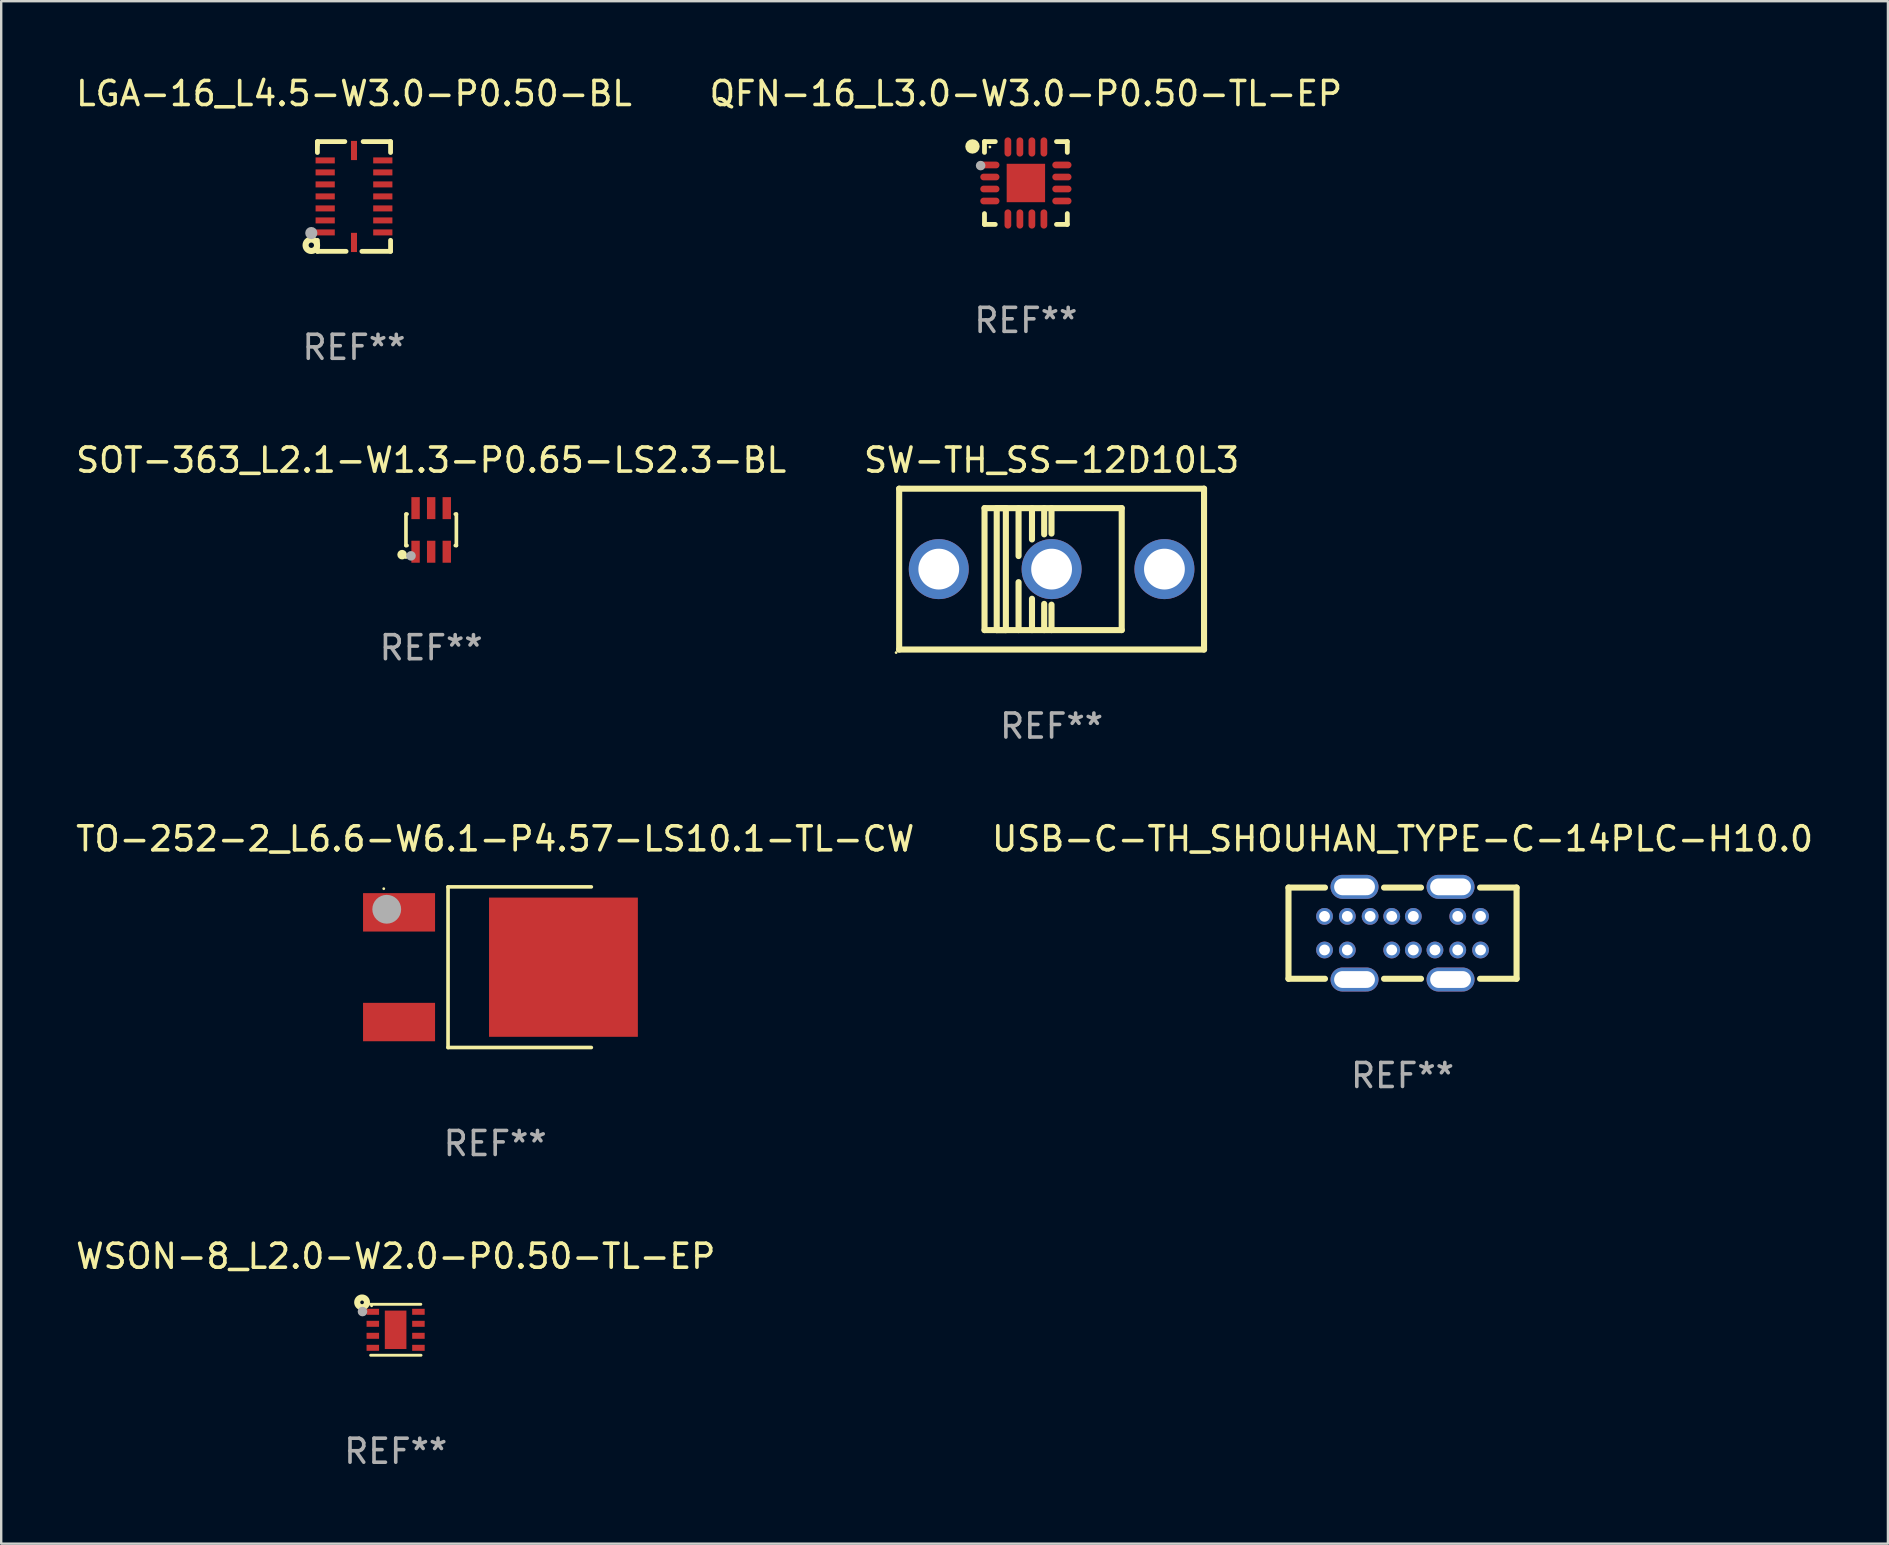
<source format=kicad_pcb>
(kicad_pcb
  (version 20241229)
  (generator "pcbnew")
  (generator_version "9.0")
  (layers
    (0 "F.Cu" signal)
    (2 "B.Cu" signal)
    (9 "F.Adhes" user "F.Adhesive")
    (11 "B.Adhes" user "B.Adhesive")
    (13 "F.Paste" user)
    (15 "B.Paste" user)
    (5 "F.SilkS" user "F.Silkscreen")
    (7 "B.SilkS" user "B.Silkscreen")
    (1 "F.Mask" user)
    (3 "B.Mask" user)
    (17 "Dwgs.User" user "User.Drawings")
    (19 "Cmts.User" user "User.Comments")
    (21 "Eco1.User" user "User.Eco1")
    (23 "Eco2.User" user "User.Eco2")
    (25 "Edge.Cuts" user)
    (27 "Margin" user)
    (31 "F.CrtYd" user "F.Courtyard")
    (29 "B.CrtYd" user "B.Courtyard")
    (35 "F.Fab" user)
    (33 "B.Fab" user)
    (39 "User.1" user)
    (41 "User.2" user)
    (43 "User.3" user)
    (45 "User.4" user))
  (footprint "QFN-16_L3.0-W3.0-P0.50-TL-EP"
    (layer "F.Cu")
    (at 39.685 4.573)
    (property "Reference" "QFN-16_L3.0-W3.0-P0.50-TL-EP" (at 0 -3.725 0) (layer "F.SilkS") (effects (font (size 1 1) (thickness 0.15))))
    (attr through_hole)
    (fp_line (start -1.725 -1.725) (end -1.275 -1.725) (stroke (width 0.2) (type solid)) (layer "F.SilkS"))
    (fp_line (start -1.725 -1.275) (end -1.725 -1.725) (stroke (width 0.2) (type solid)) (layer "F.SilkS"))
    (fp_line (start -1.725 1.725) (end -1.725 1.275) (stroke (width 0.2) (type solid)) (layer "F.SilkS"))
    (fp_line (start -1.275 1.725) (end -1.725 1.725) (stroke (width 0.2) (type solid)) (layer "F.SilkS"))
    (fp_line (start 1.275 -1.725) (end 1.725 -1.725) (stroke (width 0.2) (type solid)) (layer "F.SilkS"))
    (fp_line (start 1.275 1.725) (end 1.725 1.725) (stroke (width 0.2) (type solid)) (layer "F.SilkS"))
    (fp_line (start 1.725 -1.725) (end 1.725 -1.275) (stroke (width 0.2) (type solid)) (layer "F.SilkS"))
    (fp_line (start 1.725 1.725) (end 1.725 1.275) (stroke (width 0.2) (type solid)) (layer "F.SilkS"))
    (fp_arc (start -2.075184 -1.521412) (mid -2.375203 -1.522892) (end -2.075181 -1.523533) (stroke (width 0.3) (type solid)) (layer "F.SilkS"))
    (fp_circle (center -1.499 -1.5) (end -1.469 -1.5) (stroke (width 0.06) (type solid)) (fill no) (layer "F.SilkS"))
    (fp_circle (center -1.885 -0.725) (end -1.785 -0.725) (stroke (width 0.2) (type solid)) (fill no) (layer "F.Fab"))
    (fp_text user "REF**" (at 0 5.725 0) (layer "F.Fab") (effects (font (size 1 1) (thickness 0.15))))
    (pad "1" smd oval (at -1.5 -0.75 90) (size 0.28 0.8) (layers "F.Cu" "F.Mask" "F.Paste"))
    (pad "2" smd oval (at -1.5 -0.25 90) (size 0.28 0.8) (layers "F.Cu" "F.Mask" "F.Paste"))
    (pad "3" smd oval (at -1.5 0.25 90) (size 0.28 0.8) (layers "F.Cu" "F.Mask" "F.Paste"))
    (pad "4" smd oval (at -1.5 0.75 90) (size 0.28 0.8) (layers "F.Cu" "F.Mask" "F.Paste"))
    (pad "5" smd oval (at -0.75 1.5) (size 0.28 0.8) (layers "F.Cu" "F.Mask" "F.Paste"))
    (pad "6" smd oval (at -0.25 1.5) (size 0.28 0.8) (layers "F.Cu" "F.Mask" "F.Paste"))
    (pad "7" smd oval (at 0.25 1.5) (size 0.28 0.8) (layers "F.Cu" "F.Mask" "F.Paste"))
    (pad "8" smd oval (at 0.75 1.5) (size 0.28 0.8) (layers "F.Cu" "F.Mask" "F.Paste"))
    (pad "9" smd oval (at 1.5 0.75 90) (size 0.28 0.8) (layers "F.Cu" "F.Mask" "F.Paste"))
    (pad "10" smd oval (at 1.5 0.25 90) (size 0.28 0.8) (layers "F.Cu" "F.Mask" "F.Paste"))
    (pad "11" smd oval (at 1.5 -0.25 90) (size 0.28 0.8) (layers "F.Cu" "F.Mask" "F.Paste"))
    (pad "12" smd oval (at 1.5 -0.75 90) (size 0.28 0.8) (layers "F.Cu" "F.Mask" "F.Paste"))
    (pad "13" smd oval (at 0.75 -1.5) (size 0.28 0.8) (layers "F.Cu" "F.Mask" "F.Paste"))
    (pad "14" smd oval (at 0.25 -1.5) (size 0.28 0.8) (layers "F.Cu" "F.Mask" "F.Paste"))
    (pad "15" smd oval (at -0.25 -1.5) (size 0.28 0.8) (layers "F.Cu" "F.Mask" "F.Paste"))
    (pad "16" smd oval (at -0.75 -1.5) (size 0.28 0.8) (layers "F.Cu" "F.Mask" "F.Paste"))
    (pad "17" smd rect (at 0 0) (size 1.6 1.6) (layers "F.Cu" "F.Mask" "F.Paste")))
  (footprint "LGA-16_L4.5-W3.0-P0.50-BL"
    (layer "F.Cu")
    (at 11.696 5.134)
    (property "Reference" "LGA-16_L4.5-W3.0-P0.50-BL" (at 0 -4.286 0) (layer "F.SilkS") (effects (font (size 1 1) (thickness 0.15))))
    (attr through_hole)
    (fp_line (start -1.524 -2.286) (end -0.381 -2.286) (stroke (width 0.2) (type solid)) (layer "F.SilkS"))
    (fp_line (start -1.524 -2.159) (end -1.524 -2.286) (stroke (width 0.2) (type solid)) (layer "F.SilkS"))
    (fp_line (start -1.524 -1.831) (end -1.524 -2.159) (stroke (width 0.2) (type solid)) (layer "F.SilkS"))
    (fp_line (start -1.524 2.286) (end -1.524 1.827) (stroke (width 0.2) (type solid)) (layer "F.SilkS"))
    (fp_line (start -0.329 2.286) (end -1.524 2.286) (stroke (width 0.2) (type solid)) (layer "F.SilkS"))
    (fp_line (start 0.381 -2.286) (end 1.524 -2.286) (stroke (width 0.2) (type solid)) (layer "F.SilkS"))
    (fp_line (start 1.524 -2.286) (end 1.524 -1.831) (stroke (width 0.2) (type solid)) (layer "F.SilkS"))
    (fp_line (start 1.524 1.827) (end 1.524 2.286) (stroke (width 0.2) (type solid)) (layer "F.SilkS"))
    (fp_line (start 1.524 2.286) (end 0.329 2.286) (stroke (width 0.2) (type solid)) (layer "F.SilkS"))
    (fp_circle (center -1.778 2.032) (end -1.666 2.032) (stroke (width 0.254) (type solid)) (fill no) (layer "F.SilkS"))
    (fp_circle (center -1.5 2.25) (end -1.47 2.25) (stroke (width 0.06) (type solid)) (fill no) (layer "F.SilkS"))
    (fp_circle (center -1.778 1.524) (end -1.651 1.524) (stroke (width 0.254) (type solid)) (fill no) (layer "F.Fab"))
    (fp_text user "REF**" (at 0 6.286 0) (layer "F.Fab") (effects (font (size 1 1) (thickness 0.15))))
    (pad "1" smd rect (at -1.2 1.498 90) (size 0.25 0.8) (layers "F.Cu" "F.Mask" "F.Paste"))
    (pad "2" smd rect (at -1.2 0.998 90) (size 0.25 0.8) (layers "F.Cu" "F.Mask" "F.Paste"))
    (pad "3" smd rect (at -1.2 0.498 90) (size 0.25 0.8) (layers "F.Cu" "F.Mask" "F.Paste"))
    (pad "4" smd rect (at -1.2 -0.002 90) (size 0.25 0.8) (layers "F.Cu" "F.Mask" "F.Paste"))
    (pad "5" smd rect (at -1.2 -0.502 90) (size 0.25 0.8) (layers "F.Cu" "F.Mask" "F.Paste"))
    (pad "6" smd rect (at -1.2 -1.002 90) (size 0.25 0.8) (layers "F.Cu" "F.Mask" "F.Paste"))
    (pad "7" smd rect (at -1.2 -1.502 90) (size 0.25 0.8) (layers "F.Cu" "F.Mask" "F.Paste"))
    (pad "8" smd rect (at 0 -1.915 180) (size 0.25 0.8) (layers "F.Cu" "F.Mask" "F.Paste"))
    (pad "9" smd rect (at 1.2 -1.502 270) (size 0.25 0.8) (layers "F.Cu" "F.Mask" "F.Paste"))
    (pad "10" smd rect (at 1.2 -1.002 270) (size 0.25 0.8) (layers "F.Cu" "F.Mask" "F.Paste"))
    (pad "11" smd rect (at 1.2 -0.502 270) (size 0.25 0.8) (layers "F.Cu" "F.Mask" "F.Paste"))
    (pad "12" smd rect (at 1.2 -0.002 270) (size 0.25 0.8) (layers "F.Cu" "F.Mask" "F.Paste"))
    (pad "13" smd rect (at 1.2 0.498 270) (size 0.25 0.8) (layers "F.Cu" "F.Mask" "F.Paste"))
    (pad "14" smd rect (at 1.2 0.998 270) (size 0.25 0.8) (layers "F.Cu" "F.Mask" "F.Paste"))
    (pad "15" smd rect (at 1.2 1.498 270) (size 0.25 0.8) (layers "F.Cu" "F.Mask" "F.Paste"))
    (pad "16" smd rect (at 0 1.915) (size 0.25 0.8) (layers "F.Cu" "F.Mask" "F.Paste")))
  (footprint "TO-252-2_L6.6-W6.1-P4.57-LS10.1-TL-CW"
    (layer "F.Cu")
    (at 16.997 37.24)
    (property "Reference" "TO-252-2_L6.6-W6.1-P4.57-LS10.1-TL-CW" (at 0.581 -5.346 0) (layer "F.SilkS") (effects (font (size 1 1) (thickness 0.15))))
    (attr through_hole)
    (fp_line (start -1.383 -3.346) (end -1.383 3.346) (stroke (width 0.152) (type solid)) (layer "F.SilkS"))
    (fp_line (start 4.585 -3.346) (end -1.383 -3.346) (stroke (width 0.152) (type solid)) (layer "F.SilkS"))
    (fp_line (start 4.585 3.346) (end -1.383 3.346) (stroke (width 0.152) (type solid)) (layer "F.SilkS"))
    (fp_circle (center -4.061 -3.27) (end -4.031 -3.27) (stroke (width 0.06) (type solid)) (fill no) (layer "F.SilkS"))
    (fp_circle (center -3.937 -2.413) (end -3.637 -2.413) (stroke (width 0.6) (type solid)) (fill no) (layer "F.Fab"))
    (fp_text user "REF**" (at 0.581 7.346 0) (layer "F.Fab") (effects (font (size 1 1) (thickness 0.15))))
    (pad "1" smd rect (at -3.424 -2.285 180) (size 3 1.6) (layers "F.Cu" "F.Mask" "F.Paste"))
    (pad "2" smd rect (at 3.424 0 180) (size 6.2 5.8) (layers "F.Cu" "F.Mask" "F.Paste"))
    (pad "3" smd rect (at -3.424 2.285 180) (size 3 1.6) (layers "F.Cu" "F.Mask" "F.Paste")))
  (footprint "WSON-8_L2.0-W2.0-P0.50-TL-EP"
    (layer "F.Cu")
    (at 13.43 52.345)
    (property "Reference" "WSON-8_L2.0-W2.0-P0.50-TL-EP" (at 0.005 -3.063 0) (layer "F.SilkS") (effects (font (size 1 1) (thickness 0.15))))
    (attr through_hole)
    (fp_line (start -1.04 1.06) (end 1.059 1.06) (stroke (width 0.12) (type solid)) (layer "F.SilkS"))
    (fp_line (start 1.05 -1.063) (end -1.05 -1.063) (stroke (width 0.12) (type solid)) (layer "F.SilkS"))
    (fp_circle (center -1.397 -1.143) (end -1.321 -1.143) (stroke (width 0.254) (type solid)) (fill no) (layer "F.SilkS"))
    (fp_circle (center -1 -1) (end -0.97 -1) (stroke (width 0.06) (type solid)) (fill no) (layer "F.SilkS"))
    (fp_circle (center -1.38 -0.76) (end -1.28 -0.76) (stroke (width 0.2) (type solid)) (fill no) (layer "F.Fab"))
    (fp_text user "REF**" (at 0.005 5.06 0) (layer "F.Fab") (effects (font (size 1 1) (thickness 0.15))))
    (pad "1" smd rect (at -0.95 -0.75) (size 0.521 0.25) (layers "F.Cu" "F.Mask" "F.Paste"))
    (pad "2" smd rect (at -0.95 -0.25) (size 0.521 0.25) (layers "F.Cu" "F.Mask" "F.Paste"))
    (pad "3" smd rect (at -0.95 0.25) (size 0.521 0.25) (layers "F.Cu" "F.Mask" "F.Paste"))
    (pad "4" smd rect (at -0.95 0.75) (size 0.521 0.25) (layers "F.Cu" "F.Mask" "F.Paste"))
    (pad "5" smd rect (at 0.95 0.75) (size 0.521 0.25) (layers "F.Cu" "F.Mask" "F.Paste"))
    (pad "6" smd rect (at 0.95 0.25) (size 0.521 0.25) (layers "F.Cu" "F.Mask" "F.Paste"))
    (pad "7" smd rect (at 0.95 -0.25) (size 0.521 0.25) (layers "F.Cu" "F.Mask" "F.Paste"))
    (pad "8" smd rect (at 0.95 -0.75) (size 0.521 0.25) (layers "F.Cu" "F.Mask" "F.Paste"))
    (pad "9" smd rect (at 0 0) (size 0.9 1.6) (layers "F.Cu" "F.Mask" "F.Paste")))
  (footprint "USB-C-TH_SHOUHAN_TYPE-C-14PLC-H10.0"
    (layer "F.Cu")
    (at 55.375 35.823)
    (property "Reference" "USB-C-TH_SHOUHAN_TYPE-C-14PLC-H10.0" (at -0.000483 -3.93 0) (layer "F.SilkS") (effects (font (size 1 1) (thickness 0.15))))
    (attr through_hole)
    (fp_line (start -4.751 -1.9) (end -3.231 -1.9) (stroke (width 0.254) (type solid)) (layer "F.SilkS"))
    (fp_line (start -4.751 1.899) (end -4.751 -1.9) (stroke (width 0.254) (type solid)) (layer "F.SilkS"))
    (fp_line (start -4.751 1.899) (end -3.231 1.899) (stroke (width 0.254) (type solid)) (layer "F.SilkS"))
    (fp_line (start -0.77 1.899) (end 0.769 1.899) (stroke (width 0.254) (type solid)) (layer "F.SilkS"))
    (fp_line (start -0.77 -1.9) (end 0.769 -1.9) (stroke (width 0.254) (type solid)) (layer "F.SilkS"))
    (fp_line (start 3.23 1.899) (end 4.75 1.899) (stroke (width 0.254) (type solid)) (layer "F.SilkS"))
    (fp_line (start 3.23 -1.9) (end 4.75 -1.9) (stroke (width 0.254) (type solid)) (layer "F.SilkS"))
    (fp_line (start 4.75 -1.9) (end 4.75 1.9) (stroke (width 0.254) (type solid)) (layer "F.SilkS"))
    (fp_text user "REF**" (at -0.000483 5.93 0) (layer "F.Fab") (effects (font (size 1 1) (thickness 0.15))))
    (pad "0" thru_hole oval (at -2 -1.93 90) (size 1 2) (drill oval 0.7 1.7) (layers "*.Cu" "*.Mask"))
    (pad "0" thru_hole oval (at -2 1.93 90) (size 1 2) (drill oval 0.7 1.7) (layers "*.Cu" "*.Mask"))
    (pad "0" thru_hole oval (at 2 -1.93 90) (size 1 2) (drill oval 0.7 1.7) (layers "*.Cu" "*.Mask"))
    (pad "0" thru_hole oval (at 2 1.93 90) (size 1 2) (drill oval 0.7 1.7) (layers "*.Cu" "*.Mask"))
    (pad "A1" thru_hole circle (at -3.25 -0.7) (size 0.7 0.7) (drill 0.45) (layers "*.Cu" "*.Mask"))
    (pad "A4" thru_hole circle (at -2.3 -0.7) (size 0.7 0.7) (drill 0.45) (layers "*.Cu" "*.Mask"))
    (pad "A5" thru_hole circle (at -1.35 -0.7) (size 0.7 0.7) (drill 0.45) (layers "*.Cu" "*.Mask"))
    (pad "A6" thru_hole circle (at -0.45 -0.7) (size 0.7 0.7) (drill 0.45) (layers "*.Cu" "*.Mask"))
    (pad "A7" thru_hole circle (at 0.45 -0.7) (size 0.7 0.7) (drill 0.45) (layers "*.Cu" "*.Mask"))
    (pad "A9" thru_hole circle (at 2.3 -0.7) (size 0.7 0.7) (drill 0.45) (layers "*.Cu" "*.Mask"))
    (pad "A12" thru_hole circle (at 3.25 -0.7) (size 0.7 0.7) (drill 0.45) (layers "*.Cu" "*.Mask"))
    (pad "B1" thru_hole circle (at 3.25 0.7) (size 0.7 0.7) (drill 0.45) (layers "*.Cu" "*.Mask"))
    (pad "B4" thru_hole circle (at 2.3 0.7) (size 0.7 0.7) (drill 0.45) (layers "*.Cu" "*.Mask"))
    (pad "B5" thru_hole circle (at 1.35 0.7) (size 0.7 0.7) (drill 0.45) (layers "*.Cu" "*.Mask"))
    (pad "B6" thru_hole circle (at 0.45 0.7) (size 0.7 0.7) (drill 0.45) (layers "*.Cu" "*.Mask"))
    (pad "B7" thru_hole circle (at -0.45 0.7) (size 0.7 0.7) (drill 0.45) (layers "*.Cu" "*.Mask"))
    (pad "B9" thru_hole circle (at -2.3 0.7) (size 0.7 0.7) (drill 0.45) (layers "*.Cu" "*.Mask"))
    (pad "B12" thru_hole circle (at -3.25 0.7) (size 0.7 0.7) (drill 0.45) (layers "*.Cu" "*.Mask")))
  (footprint "SW-TH_SS-12D10L3"
    (layer "F.Cu")
    (at 40.756 20.657)
    (property "Reference" "SW-TH_SS-12D10L3" (at 0 -4.54 0) (layer "F.SilkS") (effects (font (size 1 1) (thickness 0.15))))
    (attr through_hole)
    (fp_line (start -6.35 -3.35) (end -6.35 3.35) (stroke (width 0.254) (type solid)) (layer "F.SilkS"))
    (fp_line (start -6.35 3.35) (end 6.35 3.35) (stroke (width 0.254) (type solid)) (layer "F.SilkS"))
    (fp_line (start -2.794 -2.54) (end 2.921 -2.54) (stroke (width 0.254) (type solid)) (layer "F.SilkS"))
    (fp_line (start -2.794 2.54) (end -2.794 -2.54) (stroke (width 0.254) (type solid)) (layer "F.SilkS"))
    (fp_line (start -2.286 -2.54) (end -2.286 2.54) (stroke (width 0.254) (type solid)) (layer "F.SilkS"))
    (fp_line (start -2.286 2.54) (end -1.905 2.54) (stroke (width 0.254) (type solid)) (layer "F.SilkS"))
    (fp_line (start -1.905 -2.54) (end -2.286 -2.54) (stroke (width 0.254) (type solid)) (layer "F.SilkS"))
    (fp_line (start -1.905 2.54) (end -1.905 -2.54) (stroke (width 0.254) (type solid)) (layer "F.SilkS"))
    (fp_line (start -1.376 -2.54) (end -1.376 -0.544) (stroke (width 0.254) (type solid)) (layer "F.SilkS"))
    (fp_line (start -1.376 0.544) (end -1.376 2.54) (stroke (width 0.254) (type solid)) (layer "F.SilkS"))
    (fp_line (start -0.817 -2.54) (end -0.817 -1.235) (stroke (width 0.254) (type solid)) (layer "F.SilkS"))
    (fp_line (start -0.817 1.235) (end -0.817 2.54) (stroke (width 0.254) (type solid)) (layer "F.SilkS"))
    (fp_line (start -0.309 -2.54) (end -0.309 -1.448) (stroke (width 0.254) (type solid)) (layer "F.SilkS"))
    (fp_line (start -0.309 1.448) (end -0.309 2.54) (stroke (width 0.254) (type solid)) (layer "F.SilkS"))
    (fp_line (start -0.004 -2.54) (end -0.004 -1.481) (stroke (width 0.254) (type solid)) (layer "F.SilkS"))
    (fp_line (start -0.004 1.481) (end -0.004 2.54) (stroke (width 0.254) (type solid)) (layer "F.SilkS"))
    (fp_line (start 2.921 -2.54) (end 2.921 2.54) (stroke (width 0.254) (type solid)) (layer "F.SilkS"))
    (fp_line (start 2.921 2.54) (end -2.794 2.54) (stroke (width 0.254) (type solid)) (layer "F.SilkS"))
    (fp_line (start 6.35 -3.35) (end -6.35 -3.35) (stroke (width 0.254) (type solid)) (layer "F.SilkS"))
    (fp_line (start 6.35 3.35) (end 6.35 -3.35) (stroke (width 0.254) (type solid)) (layer "F.SilkS"))
    (fp_circle (center -6.477 3.477) (end -6.447 3.477) (stroke (width 0.06) (type solid)) (fill no) (layer "F.SilkS"))
    (fp_text user "REF**" (at 0 6.54 0) (layer "F.Fab") (effects (font (size 1 1) (thickness 0.15))))
    (pad "1" thru_hole circle (at -4.7 0) (size 2.5 2.5) (drill 1.7) (layers "*.Cu" "*.Mask"))
    (pad "2" thru_hole circle (at 0 0) (size 2.5 2.5) (drill 1.7) (layers "*.Cu" "*.Mask"))
    (pad "3" thru_hole circle (at 4.7 0) (size 2.5 2.5) (drill 1.7) (layers "*.Cu" "*.Mask")))
  (footprint "SOT-363_L2.1-W1.3-P0.65-LS2.3-BL"
    (layer "F.Cu")
    (at 14.911 19.025)
    (property "Reference" "SOT-363_L2.1-W1.3-P0.65-LS2.3-BL" (at 0.000013 -2.908 0) (layer "F.SilkS") (effects (font (size 1 1) (thickness 0.15))))
    (attr through_hole)
    (fp_line (start -1.05 -0.66) (end -1.05 0.65) (stroke (width 0.152) (type solid)) (layer "F.SilkS"))
    (fp_line (start -1.05 0.65) (end -1.005 0.65) (stroke (width 0.152) (type solid)) (layer "F.SilkS"))
    (fp_line (start -1.005 -0.66) (end -1.04 -0.66) (stroke (width 0.152) (type solid)) (layer "F.SilkS"))
    (fp_line (start 1.005 0.65) (end 1.05 0.65) (stroke (width 0.152) (type solid)) (layer "F.SilkS"))
    (fp_line (start 1.05 -0.66) (end 1.005 -0.66) (stroke (width 0.152) (type solid)) (layer "F.SilkS"))
    (fp_line (start 1.05 0.65) (end 1.05 -0.66) (stroke (width 0.152) (type solid)) (layer "F.SilkS"))
    (fp_circle (center -1.21 1.03) (end -1.11 1.03) (stroke (width 0.2) (type solid)) (fill no) (layer "F.SilkS"))
    (fp_circle (center -1.05 1.15) (end -1.02 1.15) (stroke (width 0.06) (type solid)) (fill no) (layer "F.SilkS"))
    (fp_circle (center -0.84 1.08) (end -0.74 1.08) (stroke (width 0.2) (type solid)) (fill no) (layer "F.Fab"))
    (fp_text user "REF**" (at 0.000013 4.908 0) (layer "F.Fab") (effects (font (size 1 1) (thickness 0.15))))
    (pad "1" smd rect (at -0.65 0.908) (size 0.35 0.916) (layers "F.Cu" "F.Mask" "F.Paste"))
    (pad "2" smd rect (at 0 0.908) (size 0.35 0.916) (layers "F.Cu" "F.Mask" "F.Paste"))
    (pad "3" smd rect (at 0.65 0.908) (size 0.35 0.916) (layers "F.Cu" "F.Mask" "F.Paste"))
    (pad "4" smd rect (at 0.65 -0.908) (size 0.35 0.916) (layers "F.Cu" "F.Mask" "F.Paste"))
    (pad "5" smd rect (at 0 -0.908) (size 0.35 0.916) (layers "F.Cu" "F.Mask" "F.Paste"))
    (pad "6" smd rect (at -0.65 -0.908) (size 0.35 0.916) (layers "F.Cu" "F.Mask" "F.Paste")))
  (gr_rect
    (start -3 -3)
    (end 75.595 61.253)
    (stroke (width 0.1) (type default))
    (fill no)
    (layer "Edge.Cuts")))
</source>
